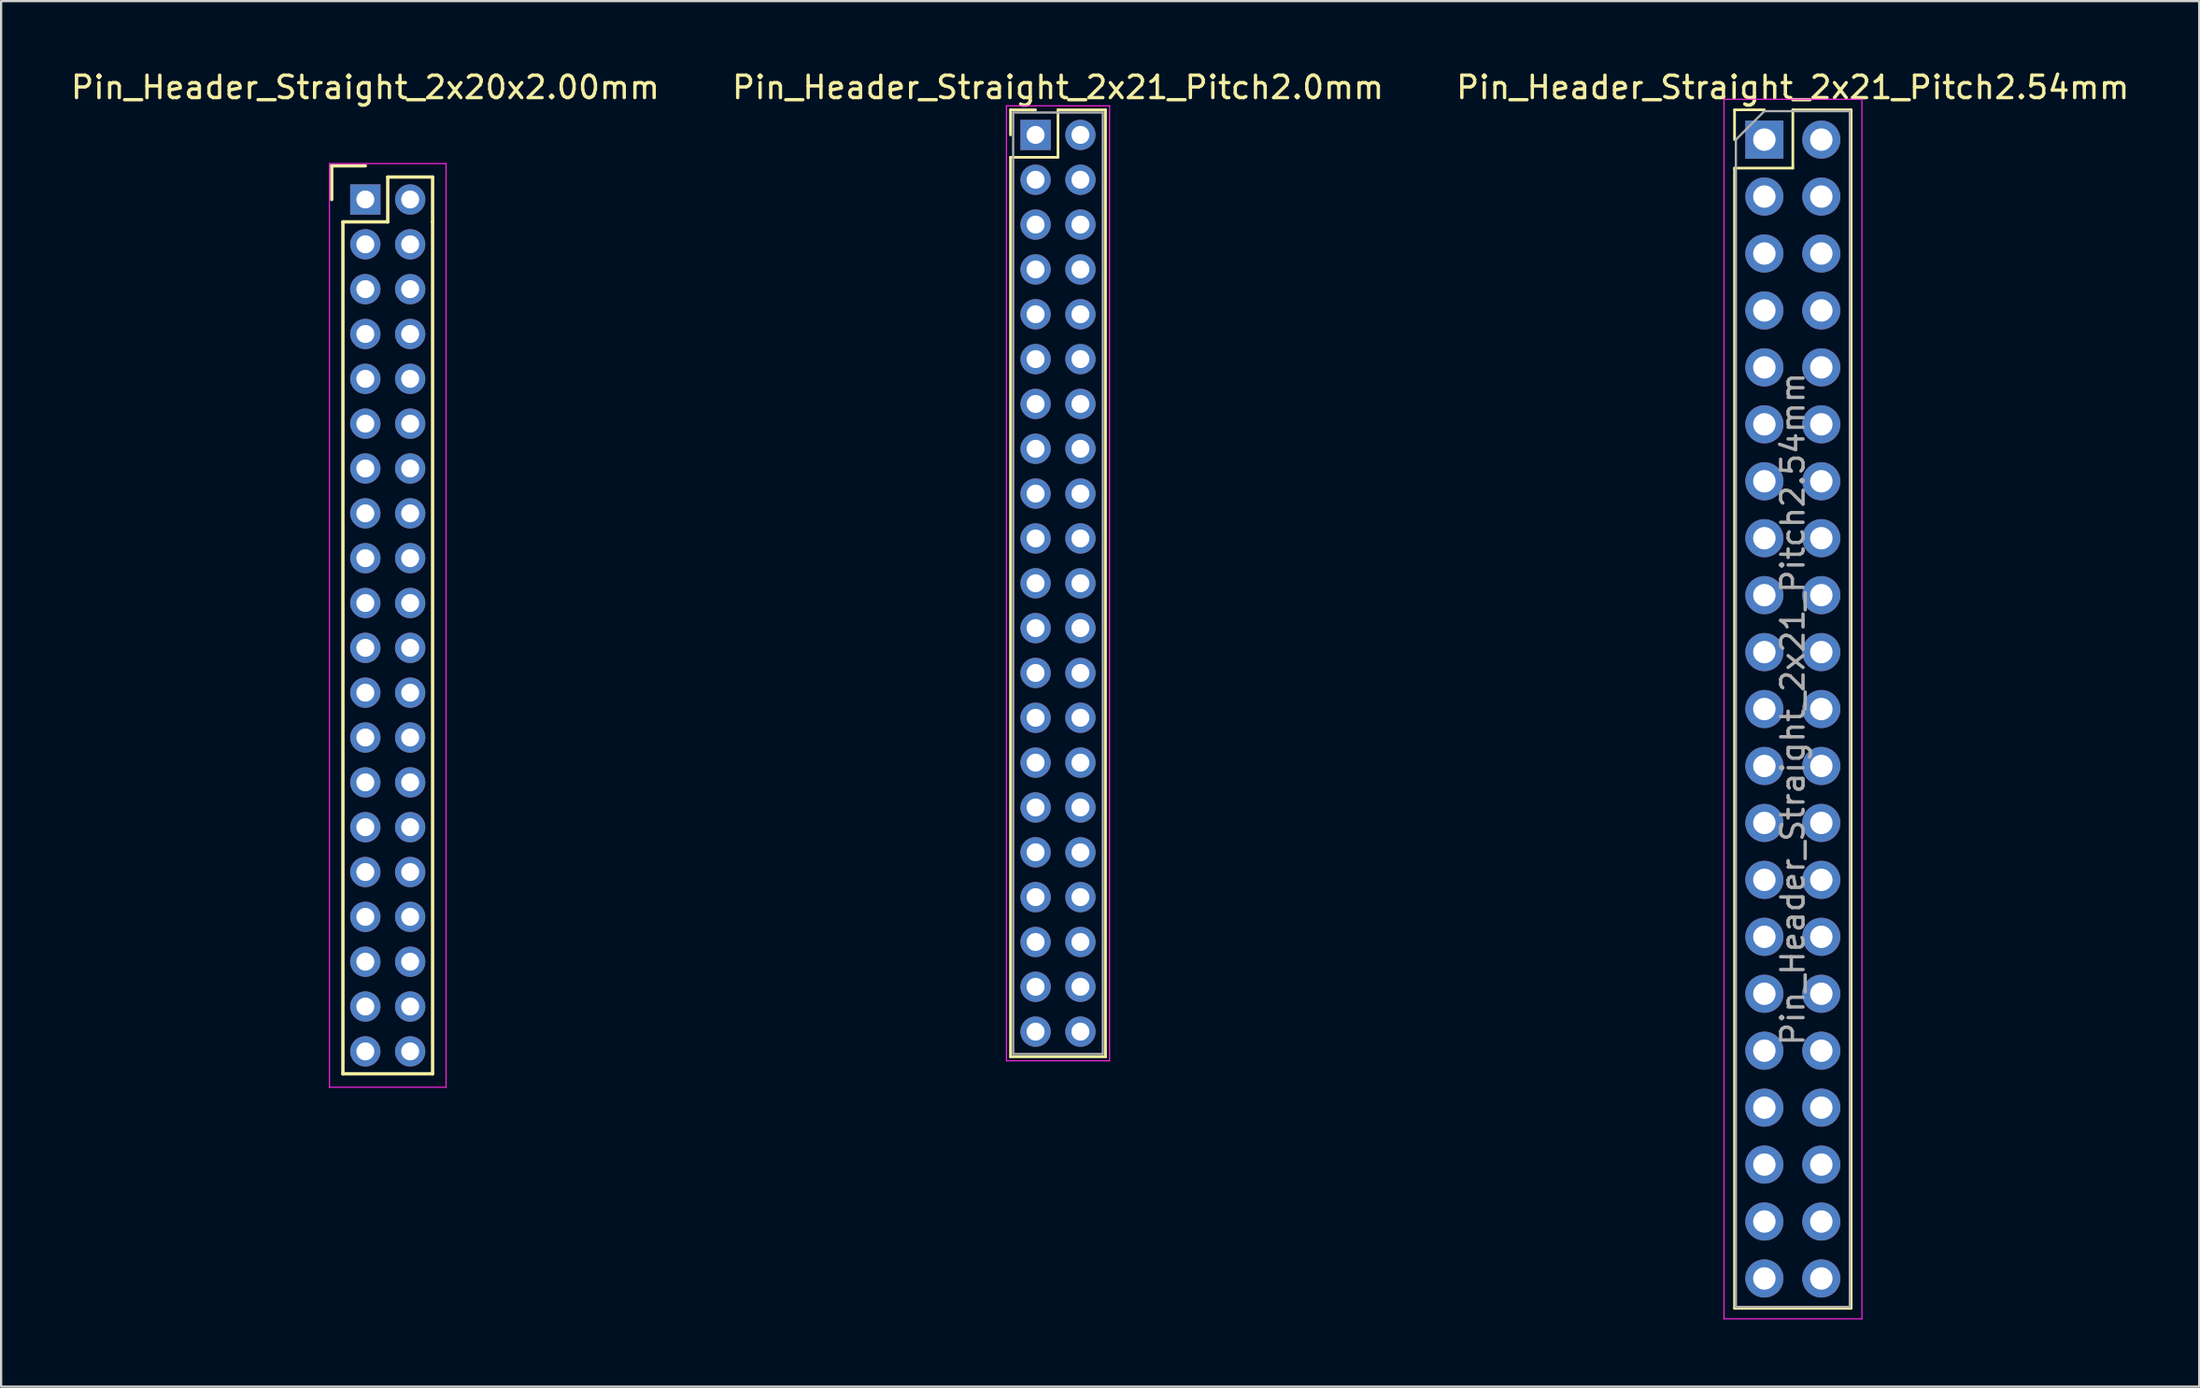
<source format=kicad_pcb>
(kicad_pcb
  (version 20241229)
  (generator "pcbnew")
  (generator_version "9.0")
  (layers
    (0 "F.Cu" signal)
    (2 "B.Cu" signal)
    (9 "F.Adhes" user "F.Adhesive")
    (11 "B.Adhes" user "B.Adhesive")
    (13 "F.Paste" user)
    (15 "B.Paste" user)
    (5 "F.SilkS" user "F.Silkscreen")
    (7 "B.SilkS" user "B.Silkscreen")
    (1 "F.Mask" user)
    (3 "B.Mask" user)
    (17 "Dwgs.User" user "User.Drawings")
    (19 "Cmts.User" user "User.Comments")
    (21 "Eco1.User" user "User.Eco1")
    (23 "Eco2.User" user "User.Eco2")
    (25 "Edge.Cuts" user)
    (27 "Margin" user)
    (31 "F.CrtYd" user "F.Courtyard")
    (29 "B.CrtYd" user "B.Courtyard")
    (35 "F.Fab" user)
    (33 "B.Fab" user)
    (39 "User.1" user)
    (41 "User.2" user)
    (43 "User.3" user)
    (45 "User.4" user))
  (footprint "Pin_Header_Straight_2x20x2.00mm"
    (layer "F.Cu")
    (at 13.244 5.848)
    (property "Reference" "Pin_Header_Straight_2x20x2.00mm" (at 0 -5 0) (layer "F.SilkS") (effects (font (size 1 1) (thickness 0.15))))
    (attr through_hole)
    (fp_line (start -1.5 -1.5) (end 0 -1.5) (stroke (width 0.15) (type solid)) (layer "F.SilkS"))
    (fp_line (start -1.5 0) (end -1.5 -1.5) (stroke (width 0.15) (type solid)) (layer "F.SilkS"))
    (fp_line (start -1 1) (end 1 1) (stroke (width 0.15) (type solid)) (layer "F.SilkS"))
    (fp_line (start -1 39) (end -1 1) (stroke (width 0.15) (type solid)) (layer "F.SilkS"))
    (fp_line (start 1 -1) (end 3 -1) (stroke (width 0.15) (type solid)) (layer "F.SilkS"))
    (fp_line (start 1 1) (end 1 -1) (stroke (width 0.15) (type solid)) (layer "F.SilkS"))
    (fp_line (start 3 -1) (end 3 1) (stroke (width 0.15) (type solid)) (layer "F.SilkS"))
    (fp_line (start 3 1) (end 3 39) (stroke (width 0.15) (type solid)) (layer "F.SilkS"))
    (fp_line (start 3 39) (end -1 39) (stroke (width 0.15) (type solid)) (layer "F.SilkS"))
    (fp_line (start -1.6 -1.6) (end 3.6 -1.6) (stroke (width 0.05) (type solid)) (layer "F.CrtYd"))
    (fp_line (start -1.6 39.6) (end -1.6 -1.6) (stroke (width 0.05) (type solid)) (layer "F.CrtYd"))
    (fp_line (start 3.6 -1.6) (end 3.6 39.6) (stroke (width 0.05) (type solid)) (layer "F.CrtYd"))
    (fp_line (start 3.6 39.6) (end -1.6 39.6) (stroke (width 0.05) (type solid)) (layer "F.CrtYd"))
    (pad "1" thru_hole rect (at 0 0) (size 1.35 1.35) (drill 0.8) (layers "*.Cu" "*.Mask"))
    (pad "2" thru_hole circle (at 2 0) (size 1.35 1.35) (drill 0.8) (layers "*.Cu" "*.Mask"))
    (pad "3" thru_hole circle (at 0 2) (size 1.35 1.35) (drill 0.8) (layers "*.Cu" "*.Mask"))
    (pad "4" thru_hole circle (at 2 2) (size 1.35 1.35) (drill 0.8) (layers "*.Cu" "*.Mask"))
    (pad "5" thru_hole circle (at 0 4) (size 1.35 1.35) (drill 0.8) (layers "*.Cu" "*.Mask"))
    (pad "6" thru_hole circle (at 2 4) (size 1.35 1.35) (drill 0.8) (layers "*.Cu" "*.Mask"))
    (pad "7" thru_hole circle (at 0 6) (size 1.35 1.35) (drill 0.8) (layers "*.Cu" "*.Mask"))
    (pad "8" thru_hole circle (at 2 6) (size 1.35 1.35) (drill 0.8) (layers "*.Cu" "*.Mask"))
    (pad "9" thru_hole circle (at 0 8) (size 1.35 1.35) (drill 0.8) (layers "*.Cu" "*.Mask"))
    (pad "10" thru_hole circle (at 2 8) (size 1.35 1.35) (drill 0.8) (layers "*.Cu" "*.Mask"))
    (pad "11" thru_hole circle (at 0 10) (size 1.35 1.35) (drill 0.8) (layers "*.Cu" "*.Mask"))
    (pad "12" thru_hole circle (at 2 10) (size 1.35 1.35) (drill 0.8) (layers "*.Cu" "*.Mask"))
    (pad "13" thru_hole circle (at 0 12) (size 1.35 1.35) (drill 0.8) (layers "*.Cu" "*.Mask"))
    (pad "14" thru_hole circle (at 2 12) (size 1.35 1.35) (drill 0.8) (layers "*.Cu" "*.Mask"))
    (pad "15" thru_hole circle (at 0 14) (size 1.35 1.35) (drill 0.8) (layers "*.Cu" "*.Mask"))
    (pad "16" thru_hole circle (at 2 14) (size 1.35 1.35) (drill 0.8) (layers "*.Cu" "*.Mask"))
    (pad "17" thru_hole circle (at 0 16) (size 1.35 1.35) (drill 0.8) (layers "*.Cu" "*.Mask"))
    (pad "18" thru_hole circle (at 2 16) (size 1.35 1.35) (drill 0.8) (layers "*.Cu" "*.Mask"))
    (pad "19" thru_hole circle (at 0 18) (size 1.35 1.35) (drill 0.8) (layers "*.Cu" "*.Mask"))
    (pad "20" thru_hole circle (at 2 18) (size 1.35 1.35) (drill 0.8) (layers "*.Cu" "*.Mask"))
    (pad "21" thru_hole circle (at 0 20) (size 1.35 1.35) (drill 0.8) (layers "*.Cu" "*.Mask"))
    (pad "22" thru_hole circle (at 2 20) (size 1.35 1.35) (drill 0.8) (layers "*.Cu" "*.Mask"))
    (pad "23" thru_hole circle (at 0 22) (size 1.35 1.35) (drill 0.8) (layers "*.Cu" "*.Mask"))
    (pad "24" thru_hole circle (at 2 22) (size 1.35 1.35) (drill 0.8) (layers "*.Cu" "*.Mask"))
    (pad "25" thru_hole circle (at 0 24) (size 1.35 1.35) (drill 0.8) (layers "*.Cu" "*.Mask"))
    (pad "26" thru_hole circle (at 2 24) (size 1.35 1.35) (drill 0.8) (layers "*.Cu" "*.Mask"))
    (pad "27" thru_hole circle (at 0 26) (size 1.35 1.35) (drill 0.8) (layers "*.Cu" "*.Mask"))
    (pad "28" thru_hole circle (at 2 26) (size 1.35 1.35) (drill 0.8) (layers "*.Cu" "*.Mask"))
    (pad "29" thru_hole circle (at 0 28) (size 1.35 1.35) (drill 0.8) (layers "*.Cu" "*.Mask"))
    (pad "30" thru_hole circle (at 2 28) (size 1.35 1.35) (drill 0.8) (layers "*.Cu" "*.Mask"))
    (pad "31" thru_hole circle (at 0 30) (size 1.35 1.35) (drill 0.8) (layers "*.Cu" "*.Mask"))
    (pad "32" thru_hole circle (at 2 30) (size 1.35 1.35) (drill 0.8) (layers "*.Cu" "*.Mask"))
    (pad "33" thru_hole circle (at 0 32) (size 1.35 1.35) (drill 0.8) (layers "*.Cu" "*.Mask"))
    (pad "34" thru_hole circle (at 2 32) (size 1.35 1.35) (drill 0.8) (layers "*.Cu" "*.Mask"))
    (pad "35" thru_hole circle (at 0 34) (size 1.35 1.35) (drill 0.8) (layers "*.Cu" "*.Mask"))
    (pad "36" thru_hole circle (at 2 34) (size 1.35 1.35) (drill 0.8) (layers "*.Cu" "*.Mask"))
    (pad "37" thru_hole circle (at 0 36) (size 1.35 1.35) (drill 0.8) (layers "*.Cu" "*.Mask"))
    (pad "38" thru_hole circle (at 2 36) (size 1.35 1.35) (drill 0.8) (layers "*.Cu" "*.Mask"))
    (pad "39" thru_hole circle (at 0 38) (size 1.35 1.35) (drill 0.8) (layers "*.Cu" "*.Mask"))
    (pad "40" thru_hole circle (at 2 38) (size 1.35 1.35) (drill 0.8) (layers "*.Cu" "*.Mask")))
  (footprint "Pin_Header_Straight_2x21_Pitch2.54mm"
    (layer "F.Cu")
    (at 75.641 3.178)
    (property "Reference" "Pin_Header_Straight_2x21_Pitch2.54mm" (at 1.27 -2.33 0) (layer "F.SilkS") (effects (font (size 1 1) (thickness 0.15))))
    (attr through_hole)
    (fp_line (start -1.33 -1.33) (end 0 -1.33) (stroke (width 0.12) (type solid)) (layer "F.SilkS"))
    (fp_line (start -1.33 0) (end -1.33 -1.33) (stroke (width 0.12) (type solid)) (layer "F.SilkS"))
    (fp_line (start -1.33 1.27) (end -1.33 52.13) (stroke (width 0.12) (type solid)) (layer "F.SilkS"))
    (fp_line (start -1.33 52.13) (end 3.87 52.13) (stroke (width 0.12) (type solid)) (layer "F.SilkS"))
    (fp_line (start 1.27 -1.33) (end 1.27 1.27) (stroke (width 0.12) (type solid)) (layer "F.SilkS"))
    (fp_line (start 1.27 1.27) (end -1.33 1.27) (stroke (width 0.12) (type solid)) (layer "F.SilkS"))
    (fp_line (start 3.87 -1.33) (end 1.27 -1.33) (stroke (width 0.12) (type solid)) (layer "F.SilkS"))
    (fp_line (start 3.87 52.13) (end 3.87 -1.33) (stroke (width 0.12) (type solid)) (layer "F.SilkS"))
    (fp_line (start -1.8 -1.8) (end -1.8 52.6) (stroke (width 0.05) (type solid)) (layer "F.CrtYd"))
    (fp_line (start -1.8 52.6) (end 4.35 52.6) (stroke (width 0.05) (type solid)) (layer "F.CrtYd"))
    (fp_line (start 4.35 -1.8) (end -1.8 -1.8) (stroke (width 0.05) (type solid)) (layer "F.CrtYd"))
    (fp_line (start 4.35 52.6) (end 4.35 -1.8) (stroke (width 0.05) (type solid)) (layer "F.CrtYd"))
    (fp_line (start -1.27 0) (end 0 -1.27) (stroke (width 0.1) (type solid)) (layer "F.Fab"))
    (fp_line (start -1.27 52.07) (end -1.27 0) (stroke (width 0.1) (type solid)) (layer "F.Fab"))
    (fp_line (start 0 -1.27) (end 3.81 -1.27) (stroke (width 0.1) (type solid)) (layer "F.Fab"))
    (fp_line (start 3.81 -1.27) (end 3.81 52.07) (stroke (width 0.1) (type solid)) (layer "F.Fab"))
    (fp_line (start 3.81 52.07) (end -1.27 52.07) (stroke (width 0.1) (type solid)) (layer "F.Fab"))
    (fp_text user "${REFERENCE}" (at 1.27 25.4 90) (layer "F.Fab") (effects (font (size 1 1) (thickness 0.15))))
    (pad "1" thru_hole rect (at 0 0) (size 1.7 1.7) (drill 1) (layers "*.Cu" "*.Mask"))
    (pad "2" thru_hole oval (at 2.54 0) (size 1.7 1.7) (drill 1) (layers "*.Cu" "*.Mask"))
    (pad "3" thru_hole oval (at 0 2.54) (size 1.7 1.7) (drill 1) (layers "*.Cu" "*.Mask"))
    (pad "4" thru_hole oval (at 2.54 2.54) (size 1.7 1.7) (drill 1) (layers "*.Cu" "*.Mask"))
    (pad "5" thru_hole oval (at 0 5.08) (size 1.7 1.7) (drill 1) (layers "*.Cu" "*.Mask"))
    (pad "6" thru_hole oval (at 2.54 5.08) (size 1.7 1.7) (drill 1) (layers "*.Cu" "*.Mask"))
    (pad "7" thru_hole oval (at 0 7.62) (size 1.7 1.7) (drill 1) (layers "*.Cu" "*.Mask"))
    (pad "8" thru_hole oval (at 2.54 7.62) (size 1.7 1.7) (drill 1) (layers "*.Cu" "*.Mask"))
    (pad "9" thru_hole oval (at 0 10.16) (size 1.7 1.7) (drill 1) (layers "*.Cu" "*.Mask"))
    (pad "10" thru_hole oval (at 2.54 10.16) (size 1.7 1.7) (drill 1) (layers "*.Cu" "*.Mask"))
    (pad "11" thru_hole oval (at 0 12.7) (size 1.7 1.7) (drill 1) (layers "*.Cu" "*.Mask"))
    (pad "12" thru_hole oval (at 2.54 12.7) (size 1.7 1.7) (drill 1) (layers "*.Cu" "*.Mask"))
    (pad "13" thru_hole oval (at 0 15.24) (size 1.7 1.7) (drill 1) (layers "*.Cu" "*.Mask"))
    (pad "14" thru_hole oval (at 2.54 15.24) (size 1.7 1.7) (drill 1) (layers "*.Cu" "*.Mask"))
    (pad "15" thru_hole oval (at 0 17.78) (size 1.7 1.7) (drill 1) (layers "*.Cu" "*.Mask"))
    (pad "16" thru_hole oval (at 2.54 17.78) (size 1.7 1.7) (drill 1) (layers "*.Cu" "*.Mask"))
    (pad "17" thru_hole oval (at 0 20.32) (size 1.7 1.7) (drill 1) (layers "*.Cu" "*.Mask"))
    (pad "18" thru_hole oval (at 2.54 20.32) (size 1.7 1.7) (drill 1) (layers "*.Cu" "*.Mask"))
    (pad "19" thru_hole oval (at 0 22.86) (size 1.7 1.7) (drill 1) (layers "*.Cu" "*.Mask"))
    (pad "20" thru_hole oval (at 2.54 22.86) (size 1.7 1.7) (drill 1) (layers "*.Cu" "*.Mask"))
    (pad "21" thru_hole oval (at 0 25.4) (size 1.7 1.7) (drill 1) (layers "*.Cu" "*.Mask"))
    (pad "22" thru_hole oval (at 2.54 25.4) (size 1.7 1.7) (drill 1) (layers "*.Cu" "*.Mask"))
    (pad "23" thru_hole oval (at 0 27.94) (size 1.7 1.7) (drill 1) (layers "*.Cu" "*.Mask"))
    (pad "24" thru_hole oval (at 2.54 27.94) (size 1.7 1.7) (drill 1) (layers "*.Cu" "*.Mask"))
    (pad "25" thru_hole oval (at 0 30.48) (size 1.7 1.7) (drill 1) (layers "*.Cu" "*.Mask"))
    (pad "26" thru_hole oval (at 2.54 30.48) (size 1.7 1.7) (drill 1) (layers "*.Cu" "*.Mask"))
    (pad "27" thru_hole oval (at 0 33.02) (size 1.7 1.7) (drill 1) (layers "*.Cu" "*.Mask"))
    (pad "28" thru_hole oval (at 2.54 33.02) (size 1.7 1.7) (drill 1) (layers "*.Cu" "*.Mask"))
    (pad "29" thru_hole oval (at 0 35.56) (size 1.7 1.7) (drill 1) (layers "*.Cu" "*.Mask"))
    (pad "30" thru_hole oval (at 2.54 35.56) (size 1.7 1.7) (drill 1) (layers "*.Cu" "*.Mask"))
    (pad "31" thru_hole oval (at 0 38.1) (size 1.7 1.7) (drill 1) (layers "*.Cu" "*.Mask"))
    (pad "32" thru_hole oval (at 2.54 38.1) (size 1.7 1.7) (drill 1) (layers "*.Cu" "*.Mask"))
    (pad "33" thru_hole oval (at 0 40.64) (size 1.7 1.7) (drill 1) (layers "*.Cu" "*.Mask"))
    (pad "34" thru_hole oval (at 2.54 40.64) (size 1.7 1.7) (drill 1) (layers "*.Cu" "*.Mask"))
    (pad "35" thru_hole oval (at 0 43.18) (size 1.7 1.7) (drill 1) (layers "*.Cu" "*.Mask"))
    (pad "36" thru_hole oval (at 2.54 43.18) (size 1.7 1.7) (drill 1) (layers "*.Cu" "*.Mask"))
    (pad "37" thru_hole oval (at 0 45.72) (size 1.7 1.7) (drill 1) (layers "*.Cu" "*.Mask"))
    (pad "38" thru_hole oval (at 2.54 45.72) (size 1.7 1.7) (drill 1) (layers "*.Cu" "*.Mask"))
    (pad "39" thru_hole oval (at 0 48.26) (size 1.7 1.7) (drill 1) (layers "*.Cu" "*.Mask"))
    (pad "40" thru_hole oval (at 2.54 48.26) (size 1.7 1.7) (drill 1) (layers "*.Cu" "*.Mask"))
    (pad "41" thru_hole oval (at 0 50.8) (size 1.7 1.7) (drill 1) (layers "*.Cu" "*.Mask"))
    (pad "42" thru_hole oval (at 2.54 50.8) (size 1.7 1.7) (drill 1) (layers "*.Cu" "*.Mask")))
  (footprint "Pin_Header_Straight_2x21_Pitch2.0mm"
    (layer "F.Cu")
    (at 43.137 2.968)
    (property "Reference" "Pin_Header_Straight_2x21_Pitch2.0mm" (at 1 -2.12 0) (layer "F.SilkS") (effects (font (size 1 1) (thickness 0.15))))
    (attr through_hole)
    (fp_line (start -1.12 -1.12) (end 0 -1.12) (stroke (width 0.12) (type solid)) (layer "F.SilkS"))
    (fp_line (start -1.12 0) (end -1.12 -1.12) (stroke (width 0.12) (type solid)) (layer "F.SilkS"))
    (fp_line (start -1.12 1) (end -1.12 41.12) (stroke (width 0.12) (type solid)) (layer "F.SilkS"))
    (fp_line (start -1.12 41.12) (end 3.12 41.12) (stroke (width 0.12) (type solid)) (layer "F.SilkS"))
    (fp_line (start 1 -1.12) (end 1 1) (stroke (width 0.12) (type solid)) (layer "F.SilkS"))
    (fp_line (start 1 1) (end -1.12 1) (stroke (width 0.12) (type solid)) (layer "F.SilkS"))
    (fp_line (start 3.12 -1.12) (end 1 -1.12) (stroke (width 0.12) (type solid)) (layer "F.SilkS"))
    (fp_line (start 3.12 41.12) (end 3.12 -1.12) (stroke (width 0.12) (type solid)) (layer "F.SilkS"))
    (fp_line (start -1.3 -1.3) (end -1.3 41.3) (stroke (width 0.05) (type solid)) (layer "F.CrtYd"))
    (fp_line (start -1.3 41.3) (end 3.3 41.3) (stroke (width 0.05) (type solid)) (layer "F.CrtYd"))
    (fp_line (start 3.3 -1.3) (end -1.3 -1.3) (stroke (width 0.05) (type solid)) (layer "F.CrtYd"))
    (fp_line (start 3.3 41.3) (end 3.3 -1.3) (stroke (width 0.05) (type solid)) (layer "F.CrtYd"))
    (fp_line (start -1 -1) (end -1 41) (stroke (width 0.1) (type solid)) (layer "F.Fab"))
    (fp_line (start -1 41) (end 3 41) (stroke (width 0.1) (type solid)) (layer "F.Fab"))
    (fp_line (start 3 -1) (end -1 -1) (stroke (width 0.1) (type solid)) (layer "F.Fab"))
    (fp_line (start 3 41) (end 3 -1) (stroke (width 0.1) (type solid)) (layer "F.Fab"))
    (pad "1" thru_hole rect (at 0 0) (size 1.35 1.35) (drill 0.8) (layers "*.Cu" "*.Mask"))
    (pad "2" thru_hole oval (at 2 0) (size 1.35 1.35) (drill 0.8) (layers "*.Cu" "*.Mask"))
    (pad "3" thru_hole oval (at 0 2) (size 1.35 1.35) (drill 0.8) (layers "*.Cu" "*.Mask"))
    (pad "4" thru_hole oval (at 2 2) (size 1.35 1.35) (drill 0.8) (layers "*.Cu" "*.Mask"))
    (pad "5" thru_hole oval (at 0 4) (size 1.35 1.35) (drill 0.8) (layers "*.Cu" "*.Mask"))
    (pad "6" thru_hole oval (at 2 4) (size 1.35 1.35) (drill 0.8) (layers "*.Cu" "*.Mask"))
    (pad "7" thru_hole oval (at 0 6) (size 1.35 1.35) (drill 0.8) (layers "*.Cu" "*.Mask"))
    (pad "8" thru_hole oval (at 2 6) (size 1.35 1.35) (drill 0.8) (layers "*.Cu" "*.Mask"))
    (pad "9" thru_hole oval (at 0 8) (size 1.35 1.35) (drill 0.8) (layers "*.Cu" "*.Mask"))
    (pad "10" thru_hole oval (at 2 8) (size 1.35 1.35) (drill 0.8) (layers "*.Cu" "*.Mask"))
    (pad "11" thru_hole oval (at 0 10) (size 1.35 1.35) (drill 0.8) (layers "*.Cu" "*.Mask"))
    (pad "12" thru_hole oval (at 2 10) (size 1.35 1.35) (drill 0.8) (layers "*.Cu" "*.Mask"))
    (pad "13" thru_hole oval (at 0 12) (size 1.35 1.35) (drill 0.8) (layers "*.Cu" "*.Mask"))
    (pad "14" thru_hole oval (at 2 12) (size 1.35 1.35) (drill 0.8) (layers "*.Cu" "*.Mask"))
    (pad "15" thru_hole oval (at 0 14) (size 1.35 1.35) (drill 0.8) (layers "*.Cu" "*.Mask"))
    (pad "16" thru_hole oval (at 2 14) (size 1.35 1.35) (drill 0.8) (layers "*.Cu" "*.Mask"))
    (pad "17" thru_hole oval (at 0 16) (size 1.35 1.35) (drill 0.8) (layers "*.Cu" "*.Mask"))
    (pad "18" thru_hole oval (at 2 16) (size 1.35 1.35) (drill 0.8) (layers "*.Cu" "*.Mask"))
    (pad "19" thru_hole oval (at 0 18) (size 1.35 1.35) (drill 0.8) (layers "*.Cu" "*.Mask"))
    (pad "20" thru_hole oval (at 2 18) (size 1.35 1.35) (drill 0.8) (layers "*.Cu" "*.Mask"))
    (pad "21" thru_hole oval (at 0 20) (size 1.35 1.35) (drill 0.8) (layers "*.Cu" "*.Mask"))
    (pad "22" thru_hole oval (at 2 20) (size 1.35 1.35) (drill 0.8) (layers "*.Cu" "*.Mask"))
    (pad "23" thru_hole oval (at 0 22) (size 1.35 1.35) (drill 0.8) (layers "*.Cu" "*.Mask"))
    (pad "24" thru_hole oval (at 2 22) (size 1.35 1.35) (drill 0.8) (layers "*.Cu" "*.Mask"))
    (pad "25" thru_hole oval (at 0 24) (size 1.35 1.35) (drill 0.8) (layers "*.Cu" "*.Mask"))
    (pad "26" thru_hole oval (at 2 24) (size 1.35 1.35) (drill 0.8) (layers "*.Cu" "*.Mask"))
    (pad "27" thru_hole oval (at 0 26) (size 1.35 1.35) (drill 0.8) (layers "*.Cu" "*.Mask"))
    (pad "28" thru_hole oval (at 2 26) (size 1.35 1.35) (drill 0.8) (layers "*.Cu" "*.Mask"))
    (pad "29" thru_hole oval (at 0 28) (size 1.35 1.35) (drill 0.8) (layers "*.Cu" "*.Mask"))
    (pad "30" thru_hole oval (at 2 28) (size 1.35 1.35) (drill 0.8) (layers "*.Cu" "*.Mask"))
    (pad "31" thru_hole oval (at 0 30) (size 1.35 1.35) (drill 0.8) (layers "*.Cu" "*.Mask"))
    (pad "32" thru_hole oval (at 2 30) (size 1.35 1.35) (drill 0.8) (layers "*.Cu" "*.Mask"))
    (pad "33" thru_hole oval (at 0 32) (size 1.35 1.35) (drill 0.8) (layers "*.Cu" "*.Mask"))
    (pad "34" thru_hole oval (at 2 32) (size 1.35 1.35) (drill 0.8) (layers "*.Cu" "*.Mask"))
    (pad "35" thru_hole oval (at 0 34) (size 1.35 1.35) (drill 0.8) (layers "*.Cu" "*.Mask"))
    (pad "36" thru_hole oval (at 2 34) (size 1.35 1.35) (drill 0.8) (layers "*.Cu" "*.Mask"))
    (pad "37" thru_hole oval (at 0 36) (size 1.35 1.35) (drill 0.8) (layers "*.Cu" "*.Mask"))
    (pad "38" thru_hole oval (at 2 36) (size 1.35 1.35) (drill 0.8) (layers "*.Cu" "*.Mask"))
    (pad "39" thru_hole oval (at 0 38) (size 1.35 1.35) (drill 0.8) (layers "*.Cu" "*.Mask"))
    (pad "40" thru_hole oval (at 2 38) (size 1.35 1.35) (drill 0.8) (layers "*.Cu" "*.Mask"))
    (pad "41" thru_hole oval (at 0 40) (size 1.35 1.35) (drill 0.8) (layers "*.Cu" "*.Mask"))
    (pad "42" thru_hole oval (at 2 40) (size 1.35 1.35) (drill 0.8) (layers "*.Cu" "*.Mask")))
  (gr_rect
    (start -3 -3)
    (end 95.036 58.803)
    (stroke (width 0.1) (type default))
    (fill no)
    (layer "Edge.Cuts")))
</source>
